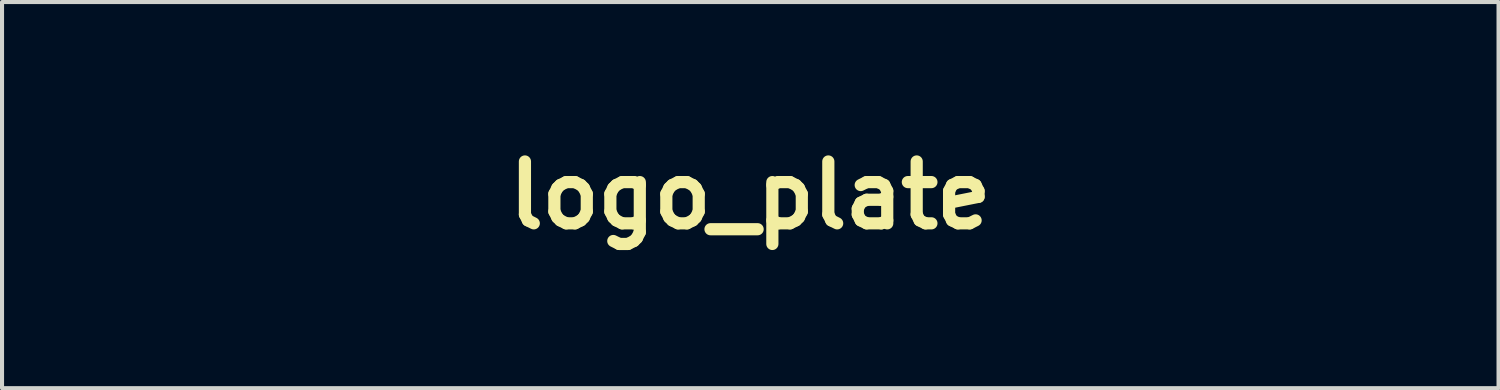
<source format=kicad_pcb>
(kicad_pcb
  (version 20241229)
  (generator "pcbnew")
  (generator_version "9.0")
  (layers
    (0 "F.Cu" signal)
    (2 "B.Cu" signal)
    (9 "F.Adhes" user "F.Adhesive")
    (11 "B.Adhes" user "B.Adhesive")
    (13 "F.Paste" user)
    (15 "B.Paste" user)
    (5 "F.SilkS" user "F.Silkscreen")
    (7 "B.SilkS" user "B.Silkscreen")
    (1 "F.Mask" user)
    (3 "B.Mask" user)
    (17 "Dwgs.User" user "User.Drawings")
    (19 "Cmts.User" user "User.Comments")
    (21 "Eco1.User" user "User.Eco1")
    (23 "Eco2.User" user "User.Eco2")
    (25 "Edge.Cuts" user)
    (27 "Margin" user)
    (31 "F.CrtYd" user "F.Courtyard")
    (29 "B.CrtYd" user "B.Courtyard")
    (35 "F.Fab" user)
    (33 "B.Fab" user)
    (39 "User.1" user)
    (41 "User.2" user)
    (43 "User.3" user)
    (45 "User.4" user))
  (footprint "logo_plate"
    (layer "F.Cu")
    (at 15.435 1.763)
    (property "Reference" "logo_plate" (at 0 0 0) (layer "F.SilkS") (effects (font (size 1.524 1.524) (thickness 0.3))))
    (attr through_hole)
    (fp_poly (pts (xy -6.66 -1.517) (xy -6.429 -1.508) (xy -6.398 -0.444) (xy -5.858 -0.984) (xy -5.319 -1.524) (xy -4.985 -1.522) (xy -4.651 -1.521) (xy -5.429 -0.76) (xy -6.207 0.002) (xy -5.429 0.761) (xy -4.651 1.521) (xy -4.985 1.522) (xy -5.319 1.524) (xy -5.858 0.984) (xy -6.398 0.444) (xy -6.413 0.976) (xy -6.429 1.508) (xy -6.66 1.517) (xy -6.89 1.527) (xy -6.89 -1.527) (xy -6.66 -1.517)) (stroke (width 0.01) (type solid)) (fill yes) (layer "F.Mask"))
    (fp_poly (pts (xy 0.032 -1.05) (xy -0.389 -1.041) (xy -0.81 -1.032) (xy -0.818 0.246) (xy -0.826 1.524) (xy -1.043 1.524) (xy -1.155 1.521) (xy -1.24 1.514) (xy -1.281 1.503) (xy -1.281 1.503) (xy -1.285 1.467) (xy -1.29 1.375) (xy -1.293 1.234) (xy -1.297 1.049) (xy -1.299 0.829) (xy -1.301 0.579) (xy -1.302 0.307) (xy -1.302 0.217) (xy -1.302 -1.048) (xy -2.095 -1.048) (xy -2.095 -1.524) (xy 0.032 -1.524) (xy 0.032 -1.05)) (stroke (width 0.01) (type solid)) (fill yes) (layer "F.Mask"))
    (fp_poly (pts (xy -2.731 -1.048) (xy -3.873 -1.048) (xy -3.873 -0.54) (xy -2.731 -0.54) (xy -2.731 -0.064) (xy -3.873 -0.064) (xy -3.873 1.015) (xy -3.088 1.023) (xy -2.302 1.032) (xy -2.302 1.508) (xy -3.304 1.516) (xy -3.55 1.518) (xy -3.776 1.518) (xy -3.973 1.517) (xy -4.134 1.514) (xy -4.252 1.511) (xy -4.317 1.506) (xy -4.328 1.503) (xy -4.332 1.468) (xy -4.337 1.376) (xy -4.34 1.232) (xy -4.343 1.045) (xy -4.346 0.818) (xy -4.348 0.56) (xy -4.349 0.276) (xy -4.35 -0.021) (xy -4.35 -1.524) (xy -2.731 -1.524) (xy -2.731 -1.048)) (stroke (width 0.01) (type solid)) (fill yes) (layer "F.Mask"))
    (fp_poly (pts (xy 5.39 -1.517) (xy 6.207 -1.508) (xy 6.226 -1.048) (xy 5.637 -1.048) (xy 5.048 -1.048) (xy 5.048 -0.541) (xy 5.628 -0.533) (xy 6.207 -0.524) (xy 6.216 -0.294) (xy 6.226 -0.064) (xy 5.048 -0.064) (xy 5.048 1.016) (xy 6.636 1.016) (xy 6.636 1.524) (xy 5.625 1.524) (xy 5.378 1.523) (xy 5.151 1.522) (xy 4.953 1.519) (xy 4.79 1.515) (xy 4.672 1.511) (xy 4.605 1.506) (xy 4.593 1.503) (xy 4.589 1.468) (xy 4.585 1.375) (xy 4.581 1.232) (xy 4.578 1.044) (xy 4.576 0.818) (xy 4.574 0.56) (xy 4.572 0.276) (xy 4.572 -0.022) (xy 4.572 -1.525) (xy 5.39 -1.517)) (stroke (width 0.01) (type solid)) (fill yes) (layer "F.Mask"))
    (fp_poly (pts (xy 14.184 -1.517) (xy 15.002 -1.508) (xy 15.011 -1.279) (xy 15.021 -1.049) (xy 14.44 -1.041) (xy 13.859 -1.032) (xy 13.85 -0.787) (xy 13.84 -0.541) (xy 14.421 -0.533) (xy 15.002 -0.524) (xy 15.011 -0.294) (xy 15.021 -0.065) (xy 14.44 -0.056) (xy 13.859 -0.048) (xy 13.85 0.484) (xy 13.841 1.016) (xy 15.431 1.016) (xy 15.431 1.524) (xy 14.42 1.524) (xy 14.173 1.523) (xy 13.946 1.522) (xy 13.747 1.519) (xy 13.585 1.515) (xy 13.467 1.511) (xy 13.4 1.506) (xy 13.388 1.503) (xy 13.384 1.468) (xy 13.38 1.375) (xy 13.376 1.232) (xy 13.373 1.044) (xy 13.37 0.818) (xy 13.368 0.56) (xy 13.367 0.276) (xy 13.367 -0.022) (xy 13.367 -1.525) (xy 14.184 -1.517)) (stroke (width 0.01) (type solid)) (fill yes) (layer "F.Mask"))
    (fp_poly (pts (xy -10.624 -0.57) (xy -10.483 -0.295) (xy -10.342 -0.021) (xy -10.206 0.244) (xy -10.079 0.491) (xy -9.966 0.71) (xy -9.872 0.893) (xy -9.801 1.031) (xy -9.789 1.055) (xy -9.713 1.206) (xy -9.65 1.336) (xy -9.606 1.436) (xy -9.583 1.495) (xy -9.582 1.507) (xy -9.62 1.515) (xy -9.704 1.521) (xy -9.819 1.524) (xy -9.848 1.524) (xy -10.097 1.524) (xy -10.215 1.286) (xy -10.333 1.048) (xy -12.083 1.048) (xy -12.201 1.286) (xy -12.318 1.524) (xy -12.573 1.524) (xy -12.707 1.521) (xy -12.787 1.512) (xy -12.823 1.494) (xy -12.827 1.481) (xy -12.813 1.445) (xy -12.774 1.358) (xy -12.71 1.225) (xy -12.627 1.05) (xy -12.525 0.84) (xy -12.407 0.599) (xy -12.372 0.529) (xy -11.843 0.529) (xy -11.813 0.532) (xy -11.729 0.535) (xy -11.6 0.537) (xy -11.437 0.539) (xy -11.249 0.54) (xy -11.221 0.54) (xy -11.009 0.54) (xy -10.851 0.538) (xy -10.742 0.535) (xy -10.671 0.53) (xy -10.632 0.521) (xy -10.617 0.507) (xy -10.617 0.488) (xy -10.621 0.474) (xy -10.641 0.426) (xy -10.684 0.331) (xy -10.746 0.198) (xy -10.822 0.037) (xy -10.908 -0.143) (xy -10.928 -0.185) (xy -11.214 -0.778) (xy -11.528 -0.13) (xy -11.618 0.056) (xy -11.699 0.222) (xy -11.765 0.361) (xy -11.813 0.462) (xy -11.839 0.519) (xy -11.843 0.529) (xy -12.372 0.529) (xy -12.276 0.333) (xy -12.134 0.047) (xy -12.031 -0.16) (xy -11.236 -1.758) (xy -10.624 -0.57)) (stroke (width 0.01) (type solid)) (fill yes) (layer "F.Mask"))
    (fp_poly (pts (xy 10.253 -1.521) (xy 10.357 -1.512) (xy 10.435 -1.499) (xy 10.468 -1.484) (xy 10.488 -1.448) (xy 10.533 -1.36) (xy 10.598 -1.228) (xy 10.68 -1.059) (xy 10.778 -0.858) (xy 10.886 -0.633) (xy 11.003 -0.39) (xy 11.015 -0.365) (xy 11.131 -0.122) (xy 11.24 0.104) (xy 11.338 0.305) (xy 11.421 0.475) (xy 11.486 0.608) (xy 11.531 0.697) (xy 11.552 0.736) (xy 11.553 0.737) (xy 11.571 0.715) (xy 11.614 0.642) (xy 11.68 0.523) (xy 11.764 0.365) (xy 11.863 0.173) (xy 11.976 -0.046) (xy 12.097 -0.287) (xy 12.145 -0.382) (xy 12.715 -1.524) (xy 12.964 -1.524) (xy 13.096 -1.521) (xy 13.173 -1.511) (xy 13.202 -1.494) (xy 13.202 -1.484) (xy 13.186 -1.449) (xy 13.145 -1.365) (xy 13.082 -1.237) (xy 13 -1.071) (xy 12.902 -0.874) (xy 12.791 -0.651) (xy 12.671 -0.41) (xy 12.543 -0.155) (xy 12.413 0.106) (xy 12.281 0.367) (xy 12.152 0.623) (xy 12.029 0.868) (xy 11.915 1.094) (xy 11.812 1.297) (xy 11.725 1.469) (xy 11.655 1.605) (xy 11.607 1.698) (xy 11.583 1.743) (xy 11.581 1.746) (xy 11.565 1.719) (xy 11.524 1.639) (xy 11.459 1.514) (xy 11.373 1.346) (xy 11.269 1.142) (xy 11.149 0.907) (xy 11.016 0.645) (xy 10.872 0.361) (xy 10.755 0.132) (xy 10.605 -0.165) (xy 10.464 -0.446) (xy 10.334 -0.704) (xy 10.218 -0.935) (xy 10.119 -1.133) (xy 10.038 -1.294) (xy 9.98 -1.413) (xy 9.946 -1.484) (xy 9.938 -1.503) (xy 9.966 -1.517) (xy 10.04 -1.524) (xy 10.142 -1.526) (xy 10.253 -1.521)) (stroke (width 0.01) (type solid)) (fill yes) (layer "F.Mask"))
    (fp_poly (pts (xy 8.35 -1.71) (xy 8.393 -1.629) (xy 8.458 -1.504) (xy 8.543 -1.341) (xy 8.643 -1.146) (xy 8.757 -0.925) (xy 8.881 -0.685) (xy 9.011 -0.432) (xy 9.145 -0.17) (xy 9.28 0.092) (xy 9.412 0.349) (xy 9.538 0.596) (xy 9.656 0.825) (xy 9.761 1.031) (xy 9.851 1.208) (xy 9.923 1.349) (xy 9.973 1.449) (xy 9.999 1.501) (xy 10.001 1.508) (xy 9.972 1.515) (xy 9.894 1.521) (xy 9.781 1.524) (xy 9.731 1.524) (xy 9.461 1.524) (xy 9.343 1.286) (xy 9.225 1.048) (xy 7.475 1.048) (xy 7.357 1.286) (xy 7.24 1.524) (xy 6.985 1.524) (xy 6.867 1.521) (xy 6.778 1.513) (xy 6.734 1.501) (xy 6.731 1.497) (xy 6.745 1.464) (xy 6.783 1.381) (xy 6.844 1.254) (xy 6.923 1.09) (xy 7.019 0.894) (xy 7.128 0.672) (xy 7.192 0.54) (xy 7.717 0.54) (xy 8.982 0.54) (xy 8.711 -0.024) (xy 8.625 -0.203) (xy 8.547 -0.369) (xy 8.481 -0.509) (xy 8.433 -0.614) (xy 8.408 -0.672) (xy 8.407 -0.675) (xy 8.379 -0.737) (xy 8.355 -0.762) (xy 8.343 -0.75) (xy 8.319 -0.71) (xy 8.281 -0.639) (xy 8.227 -0.532) (xy 8.155 -0.384) (xy 8.062 -0.19) (xy 7.947 0.053) (xy 7.856 0.246) (xy 7.717 0.54) (xy 7.192 0.54) (xy 7.246 0.431) (xy 7.371 0.177) (xy 7.5 -0.084) (xy 7.63 -0.346) (xy 7.757 -0.603) (xy 7.879 -0.848) (xy 7.993 -1.076) (xy 8.095 -1.28) (xy 8.183 -1.454) (xy 8.254 -1.593) (xy 8.304 -1.689) (xy 8.33 -1.737) (xy 8.333 -1.741) (xy 8.35 -1.71)) (stroke (width 0.01) (type solid)) (fill yes) (layer "F.Mask"))
    (fp_poly (pts (xy -7.62 -1.054) (xy -8.189 -1.043) (xy -8.395 -1.038) (xy -8.548 -1.033) (xy -8.658 -1.026) (xy -8.734 -1.015) (xy -8.787 -1) (xy -8.826 -0.98) (xy -8.846 -0.966) (xy -8.936 -0.863) (xy -8.976 -0.734) (xy -8.967 -0.595) (xy -8.906 -0.461) (xy -8.876 -0.422) (xy -8.844 -0.387) (xy -8.81 -0.363) (xy -8.761 -0.346) (xy -8.687 -0.335) (xy -8.576 -0.326) (xy -8.416 -0.318) (xy -8.362 -0.316) (xy -8.112 -0.3) (xy -7.914 -0.276) (xy -7.757 -0.24) (xy -7.63 -0.188) (xy -7.523 -0.118) (xy -7.442 -0.046) (xy -7.316 0.118) (xy -7.24 0.312) (xy -7.212 0.541) (xy -7.216 0.688) (xy -7.257 0.927) (xy -7.342 1.121) (xy -7.475 1.276) (xy -7.658 1.395) (xy -7.779 1.447) (xy -7.859 1.466) (xy -7.984 1.483) (xy -8.143 1.497) (xy -8.327 1.508) (xy -8.523 1.517) (xy -8.723 1.522) (xy -8.916 1.524) (xy -9.091 1.522) (xy -9.238 1.517) (xy -9.347 1.507) (xy -9.407 1.492) (xy -9.415 1.485) (xy -9.423 1.43) (xy -9.426 1.334) (xy -9.423 1.235) (xy -9.414 1.032) (xy -8.668 1.016) (xy -8.393 1.009) (xy -8.177 1) (xy -8.018 0.989) (xy -7.912 0.976) (xy -7.854 0.961) (xy -7.851 0.959) (xy -7.761 0.873) (xy -7.703 0.74) (xy -7.684 0.574) (xy -7.692 0.46) (xy -7.723 0.379) (xy -7.771 0.316) (xy -7.841 0.254) (xy -7.93 0.209) (xy -8.048 0.181) (xy -8.206 0.165) (xy -8.415 0.16) (xy -8.432 0.16) (xy -8.672 0.151) (xy -8.862 0.122) (xy -9.015 0.072) (xy -9.142 -0.005) (xy -9.22 -0.075) (xy -9.333 -0.22) (xy -9.404 -0.392) (xy -9.436 -0.602) (xy -9.439 -0.732) (xy -9.414 -0.96) (xy -9.344 -1.145) (xy -9.227 -1.293) (xy -9.06 -1.407) (xy -9.005 -1.432) (xy -8.942 -1.458) (xy -8.876 -1.477) (xy -8.798 -1.491) (xy -8.696 -1.501) (xy -8.559 -1.508) (xy -8.376 -1.514) (xy -8.231 -1.518) (xy -7.62 -1.532) (xy -7.62 -1.054)) (stroke (width 0.01) (type solid)) (fill yes) (layer "F.Mask"))
    (fp_poly (pts (xy -14.581 -1.516) (xy -14.298 -1.511) (xy -14.071 -1.504) (xy -13.891 -1.495) (xy -13.751 -1.482) (xy -13.643 -1.464) (xy -13.558 -1.44) (xy -13.49 -1.408) (xy -13.429 -1.368) (xy -13.377 -1.324) (xy -13.265 -1.2) (xy -13.201 -1.056) (xy -13.177 -0.877) (xy -13.176 -0.84) (xy -13.186 -0.694) (xy -13.221 -0.582) (xy -13.291 -0.478) (xy -13.326 -0.44) (xy -13.404 -0.355) (xy -13.336 -0.334) (xy -13.239 -0.281) (xy -13.133 -0.19) (xy -13.036 -0.078) (xy -12.978 0.013) (xy -12.938 0.112) (xy -12.913 0.238) (xy -12.898 0.407) (xy -12.897 0.432) (xy -12.897 0.678) (xy -12.927 0.877) (xy -12.99 1.043) (xy -13.088 1.187) (xy -13.14 1.242) (xy -13.211 1.31) (xy -13.281 1.365) (xy -13.357 1.408) (xy -13.446 1.441) (xy -13.558 1.466) (xy -13.698 1.485) (xy -13.875 1.498) (xy -14.096 1.506) (xy -14.369 1.513) (xy -14.534 1.516) (xy -15.431 1.531) (xy -15.431 1.016) (xy -14.954 1.016) (xy -14.332 1.016) (xy -14.107 1.015) (xy -13.937 1.012) (xy -13.81 1.006) (xy -13.719 0.997) (xy -13.652 0.983) (xy -13.601 0.965) (xy -13.598 0.963) (xy -13.49 0.879) (xy -13.415 0.756) (xy -13.375 0.607) (xy -13.369 0.447) (xy -13.397 0.29) (xy -13.459 0.151) (xy -13.557 0.044) (xy -13.584 0.025) (xy -13.628 0.000467) (xy -13.675 -0.018) (xy -13.735 -0.032) (xy -13.819 -0.041) (xy -13.935 -0.048) (xy -14.094 -0.053) (xy -14.306 -0.058) (xy -14.327 -0.059) (xy -14.954 -0.071) (xy -14.954 1.016) (xy -15.431 1.016) (xy -15.431 -1.048) (xy -14.954 -1.048) (xy -14.954 -0.54) (xy -14.367 -0.54) (xy -14.159 -0.54) (xy -14.005 -0.542) (xy -13.895 -0.547) (xy -13.82 -0.554) (xy -13.771 -0.566) (xy -13.739 -0.584) (xy -13.716 -0.603) (xy -13.667 -0.692) (xy -13.654 -0.805) (xy -13.681 -0.914) (xy -13.684 -0.919) (xy -13.721 -0.964) (xy -13.783 -0.998) (xy -13.878 -1.022) (xy -14.013 -1.037) (xy -14.197 -1.045) (xy -14.435 -1.048) (xy -14.954 -1.048) (xy -15.431 -1.048) (xy -15.431 -1.529) (xy -14.581 -1.516)) (stroke (width 0.01) (type solid)) (fill yes) (layer "F.Mask"))
    (fp_poly (pts (xy 0.47 -1.519) (xy 0.551 -1.505) (xy 0.593 -1.485) (xy 0.593 -1.484) (xy 0.612 -1.448) (xy 0.655 -1.36) (xy 0.719 -1.228) (xy 0.802 -1.059) (xy 0.899 -0.859) (xy 1.007 -0.634) (xy 1.124 -0.391) (xy 1.136 -0.365) (xy 1.254 -0.122) (xy 1.363 0.104) (xy 1.461 0.305) (xy 1.544 0.475) (xy 1.61 0.608) (xy 1.656 0.698) (xy 1.677 0.737) (xy 1.678 0.738) (xy 1.7 0.721) (xy 1.743 0.657) (xy 1.8 0.557) (xy 1.854 0.451) (xy 2.007 0.14) (xy 1.607 -0.66) (xy 1.503 -0.868) (xy 1.409 -1.059) (xy 1.329 -1.224) (xy 1.266 -1.355) (xy 1.224 -1.447) (xy 1.207 -1.49) (xy 1.206 -1.492) (xy 1.236 -1.508) (xy 1.318 -1.519) (xy 1.439 -1.524) (xy 1.456 -1.524) (xy 1.705 -1.524) (xy 1.97 -0.952) (xy 2.051 -0.779) (xy 2.125 -0.63) (xy 2.187 -0.512) (xy 2.232 -0.434) (xy 2.257 -0.404) (xy 2.259 -0.404) (xy 2.279 -0.44) (xy 2.321 -0.523) (xy 2.381 -0.646) (xy 2.453 -0.797) (xy 2.533 -0.968) (xy 2.782 -1.508) (xy 3.042 -1.517) (xy 3.162 -1.52) (xy 3.252 -1.518) (xy 3.299 -1.512) (xy 3.302 -1.509) (xy 3.289 -1.477) (xy 3.251 -1.395) (xy 3.192 -1.271) (xy 3.116 -1.112) (xy 3.026 -0.925) (xy 2.925 -0.717) (xy 2.899 -0.664) (xy 2.496 0.163) (xy 2.804 0.778) (xy 3.369 -0.373) (xy 3.934 -1.524) (xy 4.189 -1.524) (xy 4.308 -1.522) (xy 4.397 -1.517) (xy 4.442 -1.511) (xy 4.445 -1.508) (xy 4.431 -1.476) (xy 4.392 -1.393) (xy 4.33 -1.267) (xy 4.249 -1.103) (xy 4.152 -0.907) (xy 4.042 -0.686) (xy 3.922 -0.445) (xy 3.795 -0.191) (xy 3.664 0.069) (xy 3.533 0.331) (xy 3.404 0.587) (xy 3.28 0.831) (xy 3.165 1.058) (xy 3.062 1.261) (xy 2.973 1.434) (xy 2.903 1.571) (xy 2.853 1.665) (xy 2.828 1.711) (xy 2.825 1.714) (xy 2.806 1.687) (xy 2.764 1.612) (xy 2.704 1.497) (xy 2.629 1.352) (xy 2.545 1.185) (xy 2.54 1.175) (xy 2.455 1.006) (xy 2.38 0.86) (xy 2.319 0.743) (xy 2.275 0.665) (xy 2.255 0.635) (xy 2.255 0.635) (xy 2.237 0.663) (xy 2.197 0.739) (xy 2.139 0.855) (xy 2.067 1.001) (xy 1.988 1.167) (xy 1.908 1.337) (xy 1.836 1.486) (xy 1.778 1.607) (xy 1.737 1.688) (xy 1.718 1.721) (xy 1.701 1.697) (xy 1.657 1.622) (xy 1.59 1.501) (xy 1.503 1.337) (xy 1.397 1.136) (xy 1.276 0.904) (xy 1.142 0.645) (xy 0.998 0.364) (xy 0.889 0.149) (xy 0.739 -0.147) (xy 0.597 -0.426) (xy 0.467 -0.684) (xy 0.351 -0.915) (xy 0.251 -1.114) (xy 0.171 -1.275) (xy 0.112 -1.394) (xy 0.077 -1.466) (xy 0.069 -1.484) (xy 0.092 -1.505) (xy 0.16 -1.519) (xy 0.258 -1.525) (xy 0.367 -1.525) (xy 0.47 -1.519)) (stroke (width 0.01) (type solid)) (fill yes) (layer "F.Mask")))
  (gr_rect
    (start -3 -3)
    (end 33.871 6.514)
    (stroke (width 0.1) (type default))
    (fill no)
    (layer "Edge.Cuts")))
</source>
